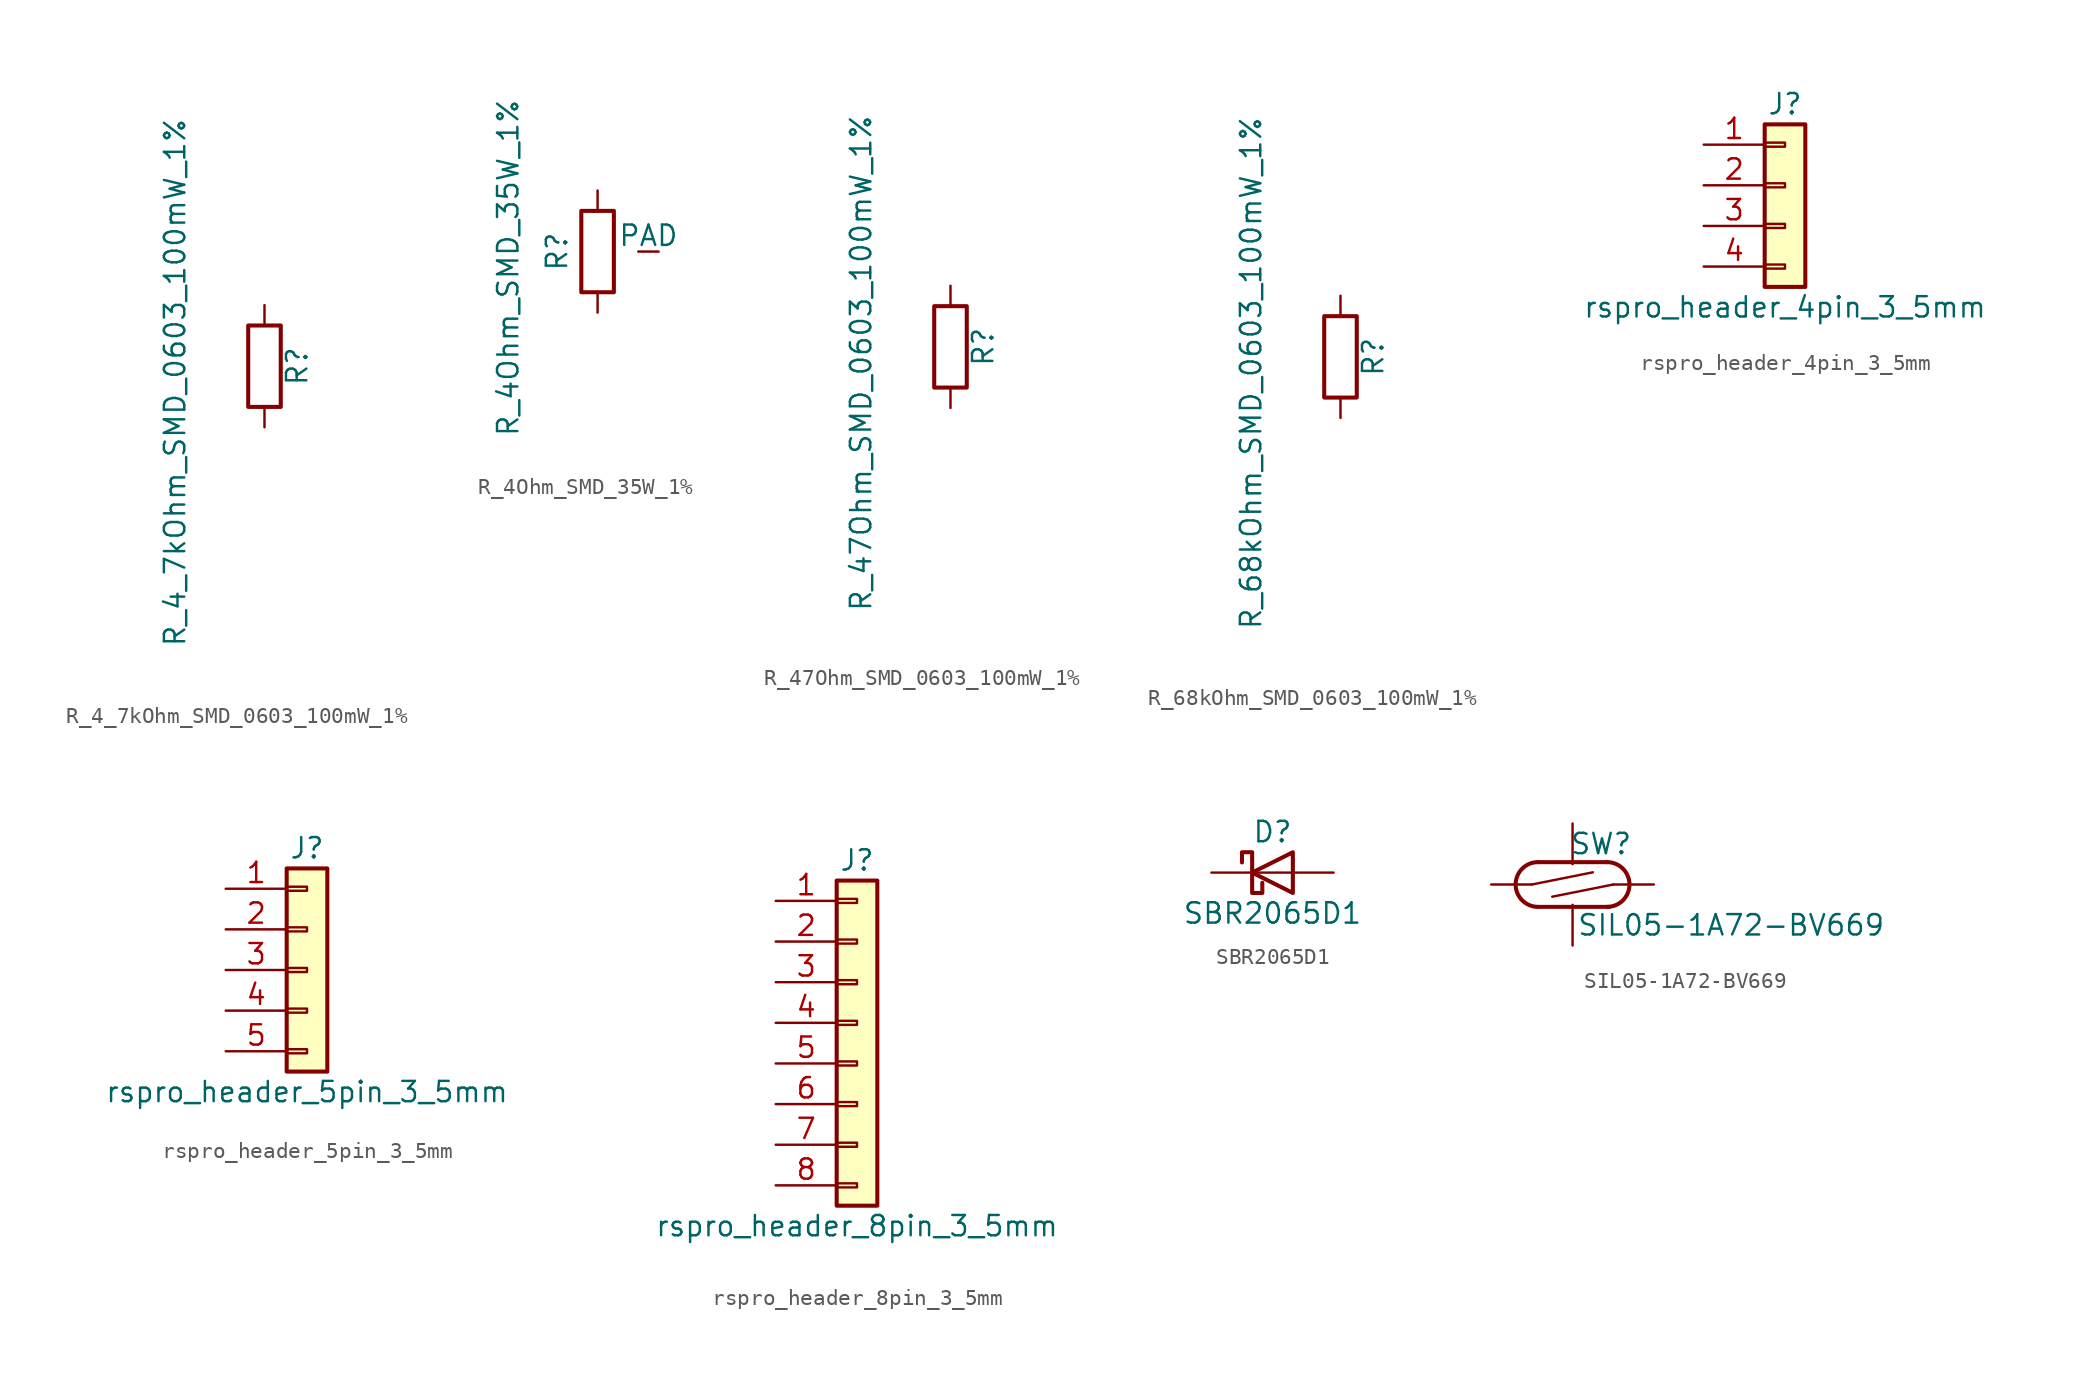
<source format=kicad_sym>
(kicad_symbol_lib
  (version 20220914)
  (generator kicad_symbol_editor)
  (symbol "R_4_7kOhm_SMD_0603_100mW_1%"
    (pin_numbers hide)
    (pin_names
      (offset 0))
    (property "Reference" "R"
      (at 2.032 0 90)
      (effects (font (size 1.27 1.27))))
    (property "Value" "R_4_7kOhm_SMD_0603_100mW_1%"
      (at -5.588 -1.016 90)
      (effects (font (size 1.27 1.27))))
    (symbol "R_4_7kOhm_SMD_0603_100mW_1%_0_1"
      (rectangle (start -1.016 -2.54) (end 1.016 2.54) (stroke (width 0.254) (type default)) (fill (type none))))
    (symbol "R_4_7kOhm_SMD_0603_100mW_1%_1_1"
      (pin passive line (at 0 3.81 270) (length 1.27) (name "~" (effects (font (size 1.27 1.27)))) (number "1" (effects (font (size 1.27 1.27)))))
      (pin passive line (at 0 -3.81 90) (length 1.27) (name "~" (effects (font (size 1.27 1.27)))) (number "2" (effects (font (size 1.27 1.27)))))))
  (symbol "R_4Ohm_SMD_35W_1%"
    (pin_numbers hide)
    (pin_names
      (offset 0))
    (property "Reference" "R"
      (at -2.54 0 90)
      (effects (font (size 1.27 1.27))))
    (property "Value" "R_4Ohm_SMD_35W_1%"
      (at -5.588 -1.016 90)
      (effects (font (size 1.27 1.27))))
    (symbol "R_4Ohm_SMD_35W_1%_0_1"
      (rectangle (start -1.016 -2.54) (end 1.016 2.54) (stroke (width 0.254) (type default)) (fill (type none))))
    (symbol "R_4Ohm_SMD_35W_1%_1_1"
      (pin passive line (at 0 3.81 270) (length 1.27) (name "~" (effects (font (size 1.27 1.27)))) (number "1" (effects (font (size 1.27 1.27)))))
      (pin passive line (at 0 -3.81 90) (length 1.27) (name "~" (effects (font (size 1.27 1.27)))) (number "2" (effects (font (size 1.27 1.27)))))
      (pin passive line (at 3.81 0 180) (length 1.27) (name "PAD" (effects (font (size 1.27 1.27)))) (number "3" (effects (font (size 1.27 1.27)))))))
  (symbol "R_47Ohm_SMD_0603_100mW_1%"
    (pin_numbers hide)
    (pin_names
      (offset 0))
    (property "Reference" "R"
      (at 2.032 0 90)
      (effects (font (size 1.27 1.27))))
    (property "Value" "R_47Ohm_SMD_0603_100mW_1%"
      (at -5.588 -1.016 90)
      (effects (font (size 1.27 1.27))))
    (symbol "R_47Ohm_SMD_0603_100mW_1%_0_1"
      (rectangle (start -1.016 -2.54) (end 1.016 2.54) (stroke (width 0.254) (type default)) (fill (type none))))
    (symbol "R_47Ohm_SMD_0603_100mW_1%_1_1"
      (pin passive line (at 0 3.81 270) (length 1.27) (name "~" (effects (font (size 1.27 1.27)))) (number "1" (effects (font (size 1.27 1.27)))))
      (pin passive line (at 0 -3.81 90) (length 1.27) (name "~" (effects (font (size 1.27 1.27)))) (number "2" (effects (font (size 1.27 1.27)))))))
  (symbol "R_68kOhm_SMD_0603_100mW_1%"
    (pin_numbers hide)
    (pin_names
      (offset 0))
    (property "Reference" "R"
      (at 2.032 0 90)
      (effects (font (size 1.27 1.27))))
    (property "Value" "R_68kOhm_SMD_0603_100mW_1%"
      (at -5.588 -1.016 90)
      (effects (font (size 1.27 1.27))))
    (symbol "R_68kOhm_SMD_0603_100mW_1%_0_1"
      (rectangle (start -1.016 -2.54) (end 1.016 2.54) (stroke (width 0.254) (type default)) (fill (type none))))
    (symbol "R_68kOhm_SMD_0603_100mW_1%_1_1"
      (pin passive line (at 0 3.81 270) (length 1.27) (name "~" (effects (font (size 1.27 1.27)))) (number "1" (effects (font (size 1.27 1.27)))))
      (pin passive line (at 0 -3.81 90) (length 1.27) (name "~" (effects (font (size 1.27 1.27)))) (number "2" (effects (font (size 1.27 1.27)))))))
  (symbol "rspro_header_4pin_3_5mm"
    (pin_names
      (offset 1.016) hide)
    (property "Reference" "J"
      (at 0 5.08 0)
      (effects (font (size 1.27 1.27))))
    (property "Value" "rspro_header_4pin_3_5mm"
      (at 0 -7.62 0)
      (effects (font (size 1.27 1.27))))
    (symbol "rspro_header_4pin_3_5mm_1_1"
      (rectangle (start -1.27 -4.953) (end 0 -5.207) (stroke (width 0.152) (type default)) (fill (type none)))
      (rectangle (start -1.27 -2.413) (end 0 -2.667) (stroke (width 0.152) (type default)) (fill (type none)))
      (rectangle (start -1.27 0.127) (end 0 -0.127) (stroke (width 0.152) (type default)) (fill (type none)))
      (rectangle (start -1.27 2.667) (end 0 2.413) (stroke (width 0.152) (type default)) (fill (type none)))
      (rectangle (start -1.27 3.81) (end 1.27 -6.35) (stroke (width 0.254) (type default)) (fill (type background)))
      (pin passive line (at -5.08 2.54 0) (length 3.81) (name "Pin_1" (effects (font (size 1.27 1.27)))) (number "1" (effects (font (size 1.27 1.27)))))
      (pin passive line (at -5.08 0 0) (length 3.81) (name "Pin_2" (effects (font (size 1.27 1.27)))) (number "2" (effects (font (size 1.27 1.27)))))
      (pin passive line (at -5.08 -2.54 0) (length 3.81) (name "Pin_3" (effects (font (size 1.27 1.27)))) (number "3" (effects (font (size 1.27 1.27)))))
      (pin passive line (at -5.08 -5.08 0) (length 3.81) (name "Pin_4" (effects (font (size 1.27 1.27)))) (number "4" (effects (font (size 1.27 1.27)))))))
  (symbol "rspro_header_5pin_3_5mm"
    (pin_names
      (offset 1.016) hide)
    (property "Reference" "J"
      (at 0 7.62 0)
      (effects (font (size 1.27 1.27))))
    (property "Value" "rspro_header_5pin_3_5mm"
      (at 0 -7.62 0)
      (effects (font (size 1.27 1.27))))
    (symbol "rspro_header_5pin_3_5mm_1_1"
      (rectangle (start -1.27 -4.953) (end 0 -5.207) (stroke (width 0.152) (type default)) (fill (type none)))
      (rectangle (start -1.27 -2.413) (end 0 -2.667) (stroke (width 0.152) (type default)) (fill (type none)))
      (rectangle (start -1.27 0.127) (end 0 -0.127) (stroke (width 0.152) (type default)) (fill (type none)))
      (rectangle (start -1.27 2.667) (end 0 2.413) (stroke (width 0.152) (type default)) (fill (type none)))
      (rectangle (start -1.27 5.207) (end 0 4.953) (stroke (width 0.152) (type default)) (fill (type none)))
      (rectangle (start -1.27 6.35) (end 1.27 -6.35) (stroke (width 0.254) (type default)) (fill (type background)))
      (pin passive line (at -5.08 5.08 0) (length 3.81) (name "Pin_1" (effects (font (size 1.27 1.27)))) (number "1" (effects (font (size 1.27 1.27)))))
      (pin passive line (at -5.08 2.54 0) (length 3.81) (name "Pin_2" (effects (font (size 1.27 1.27)))) (number "2" (effects (font (size 1.27 1.27)))))
      (pin passive line (at -5.08 0 0) (length 3.81) (name "Pin_3" (effects (font (size 1.27 1.27)))) (number "3" (effects (font (size 1.27 1.27)))))
      (pin passive line (at -5.08 -2.54 0) (length 3.81) (name "Pin_4" (effects (font (size 1.27 1.27)))) (number "4" (effects (font (size 1.27 1.27)))))
      (pin passive line (at -5.08 -5.08 0) (length 3.81) (name "Pin_5" (effects (font (size 1.27 1.27)))) (number "5" (effects (font (size 1.27 1.27)))))))
  (symbol "rspro_header_8pin_3_5mm"
    (pin_names
      (offset 1.016) hide)
    (property "Reference" "J"
      (at 0 10.16 0)
      (effects (font (size 1.27 1.27))))
    (property "Value" "rspro_header_8pin_3_5mm"
      (at 0 -12.7 0)
      (effects (font (size 1.27 1.27))))
    (symbol "rspro_header_8pin_3_5mm_1_1"
      (rectangle (start -1.27 -10.033) (end 0 -10.287) (stroke (width 0.152) (type default)) (fill (type none)))
      (rectangle (start -1.27 -7.493) (end 0 -7.747) (stroke (width 0.152) (type default)) (fill (type none)))
      (rectangle (start -1.27 -4.953) (end 0 -5.207) (stroke (width 0.152) (type default)) (fill (type none)))
      (rectangle (start -1.27 -2.413) (end 0 -2.667) (stroke (width 0.152) (type default)) (fill (type none)))
      (rectangle (start -1.27 0.127) (end 0 -0.127) (stroke (width 0.152) (type default)) (fill (type none)))
      (rectangle (start -1.27 2.667) (end 0 2.413) (stroke (width 0.152) (type default)) (fill (type none)))
      (rectangle (start -1.27 5.207) (end 0 4.953) (stroke (width 0.152) (type default)) (fill (type none)))
      (rectangle (start -1.27 7.747) (end 0 7.493) (stroke (width 0.152) (type default)) (fill (type none)))
      (rectangle (start -1.27 8.89) (end 1.27 -11.43) (stroke (width 0.254) (type default)) (fill (type background)))
      (pin passive line (at -5.08 7.62 0) (length 3.81) (name "Pin_1" (effects (font (size 1.27 1.27)))) (number "1" (effects (font (size 1.27 1.27)))))
      (pin passive line (at -5.08 5.08 0) (length 3.81) (name "Pin_2" (effects (font (size 1.27 1.27)))) (number "2" (effects (font (size 1.27 1.27)))))
      (pin passive line (at -5.08 2.54 0) (length 3.81) (name "Pin_3" (effects (font (size 1.27 1.27)))) (number "3" (effects (font (size 1.27 1.27)))))
      (pin passive line (at -5.08 0 0) (length 3.81) (name "Pin_4" (effects (font (size 1.27 1.27)))) (number "4" (effects (font (size 1.27 1.27)))))
      (pin passive line (at -5.08 -2.54 0) (length 3.81) (name "Pin_5" (effects (font (size 1.27 1.27)))) (number "5" (effects (font (size 1.27 1.27)))))
      (pin passive line (at -5.08 -5.08 0) (length 3.81) (name "Pin_6" (effects (font (size 1.27 1.27)))) (number "6" (effects (font (size 1.27 1.27)))))
      (pin passive line (at -5.08 -7.62 0) (length 3.81) (name "Pin_7" (effects (font (size 1.27 1.27)))) (number "7" (effects (font (size 1.27 1.27)))))
      (pin passive line (at -5.08 -10.16 0) (length 3.81) (name "Pin_8" (effects (font (size 1.27 1.27)))) (number "8" (effects (font (size 1.27 1.27)))))))
  (symbol "SBR2065D1"
    (pin_numbers hide)
    (pin_names
      (offset 1.016) hide)
    (property "Reference" "D"
      (at 0 2.54 0)
      (effects (font (size 1.27 1.27))))
    (property "Value" "SBR2065D1"
      (at 0 -2.54 0)
      (effects (font (size 1.27 1.27))))
    (symbol "SBR2065D1_0_1"
      (polyline (pts (xy 1.27 0) (xy -1.27 0)) (stroke (width 0) (type default)) (fill (type none)))
      (polyline (pts (xy 1.27 1.27) (xy 1.27 -1.27) (xy -1.27 0) (xy 1.27 1.27)) (stroke (width 0.254) (type default)) (fill (type none)))
      (polyline (pts (xy -1.905 0.635) (xy -1.905 1.27) (xy -1.27 1.27) (xy -1.27 -1.27) (xy -0.635 -1.27) (xy -0.635 -0.635)) (stroke (width 0.254) (type default)) (fill (type none))))
    (symbol "SBR2065D1_1_1"
      (pin passive line (at 3.81 0 180) (length 2.54) (name "A" (effects (font (size 1.27 1.27)))) (number "1" (effects (font (size 1.27 1.27)))))
      (pin passive line (at -3.81 0 0) (length 2.54) (name "K" (effects (font (size 1.27 1.27)))) (number "2" (effects (font (size 1.27 1.27)))))))
  (symbol "SIL05-1A72-BV669"
    (pin_numbers hide)
    (pin_names
      (offset 0) hide)
    (property "Reference" "SW"
      (at 1.778 2.54 0)
      (effects (font (size 1.27 1.27))))
    (property "Value" "SIL05-1A72-BV669"
      (at 9.906 -2.54 0)
      (effects (font (size 1.27 1.27))))
    (symbol "SIL05-1A72-BV669_0_0"
      (arc (start -2.159 1.397) (mid -3.55 0) (end -2.159 -1.397) (stroke (width 0.254) (type default)) (fill (type none)))
      (polyline (pts (xy -2.54 0) (xy 1.27 0.762)) (stroke (width 0) (type default)) (fill (type none)))
      (polyline (pts (xy -2.159 -1.397) (xy 2.286 -1.397)) (stroke (width 0.254) (type default)) (fill (type none)))
      (polyline (pts (xy 2.159 1.397) (xy -2.159 1.397)) (stroke (width 0.254) (type default)) (fill (type none)))
      (polyline (pts (xy 2.54 0) (xy -1.27 -0.762)) (stroke (width 0) (type default)) (fill (type none)))
      (arc (start 2.159 -1.397) (mid 3.55 0) (end 2.159 1.397) (stroke (width 0.254) (type default)) (fill (type none))))
    (symbol "SIL05-1A72-BV669_1_1"
      (pin passive line (at -5.08 0 0) (length 2.54) (name "-" (effects (font (size 1.27 1.27)))) (number "1" (effects (font (size 1.27 1.27)))))
      (pin passive line (at 0 3.81 270) (length 2.54) (name "+" (effects (font (size 1.27 1.27)))) (number "2" (effects (font (size 1.27 1.27)))))
      (pin passive line (at 0 -3.81 90) (length 2.54) (name "-" (effects (font (size 1.27 1.27)))) (number "6" (effects (font (size 1.27 1.27)))))
      (pin passive line (at 5.08 0 180) (length 2.54) (name "+" (effects (font (size 1.27 1.27)))) (number "7" (effects (font (size 1.27 1.27))))))))
</source>
